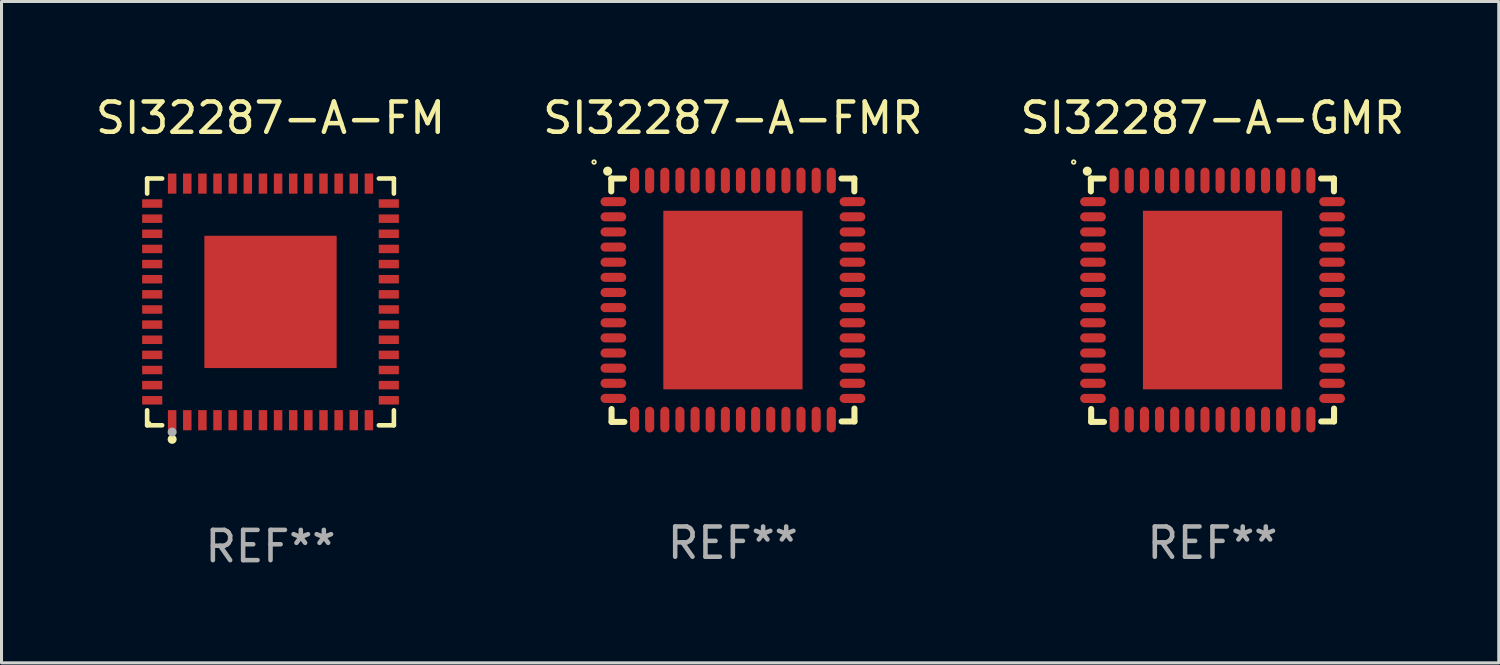
<source format=kicad_pcb>
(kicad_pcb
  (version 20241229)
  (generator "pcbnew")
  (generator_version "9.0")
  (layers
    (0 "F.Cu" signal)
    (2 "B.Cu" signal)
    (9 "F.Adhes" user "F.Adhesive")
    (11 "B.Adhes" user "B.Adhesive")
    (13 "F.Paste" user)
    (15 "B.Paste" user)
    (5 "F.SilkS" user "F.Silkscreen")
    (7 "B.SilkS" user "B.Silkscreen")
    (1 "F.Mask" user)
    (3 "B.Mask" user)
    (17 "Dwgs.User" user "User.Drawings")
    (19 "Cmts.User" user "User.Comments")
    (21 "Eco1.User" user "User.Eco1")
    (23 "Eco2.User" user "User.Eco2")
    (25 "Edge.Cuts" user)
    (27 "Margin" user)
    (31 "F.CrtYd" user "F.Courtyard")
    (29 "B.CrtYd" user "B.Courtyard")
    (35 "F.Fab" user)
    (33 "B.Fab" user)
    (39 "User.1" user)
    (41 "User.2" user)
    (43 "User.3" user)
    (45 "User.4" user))
  (footprint "SI32287-A-FMR"
    (layer "F.Cu")
    (at 21.161 6.868)
    (property "Reference" "SI32287-A-FMR" (at 0 -6.02 0) (layer "F.SilkS") (effects (font (size 1 1) (thickness 0.15))))
    (attr through_hole)
    (fp_line (start -4.017 -4.02) (end -3.593 -4.02) (stroke (width 0.2) (type solid)) (layer "F.SilkS"))
    (fp_line (start -4.017 -3.595) (end -4.017 -4.02) (stroke (width 0.2) (type solid)) (layer "F.SilkS"))
    (fp_line (start -4.007 3.595) (end -4.007 4.02) (stroke (width 0.2) (type solid)) (layer "F.SilkS"))
    (fp_line (start -4.007 4.02) (end -3.583 4.02) (stroke (width 0.2) (type solid)) (layer "F.SilkS"))
    (fp_line (start 3.593 4.005) (end 4.017 4.005) (stroke (width 0.2) (type solid)) (layer "F.SilkS"))
    (fp_line (start 4.013 -4.02) (end 3.588 -4.02) (stroke (width 0.2) (type solid)) (layer "F.SilkS"))
    (fp_line (start 4.013 -3.595) (end 4.013 -4.02) (stroke (width 0.2) (type solid)) (layer "F.SilkS"))
    (fp_line (start 4.017 4.005) (end 4.017 3.58) (stroke (width 0.2) (type solid)) (layer "F.SilkS"))
    (fp_arc (start -4.135484 -4.262433) (mid -4.135489 -4.263703) (end -4.135484 -4.264973) (stroke (width 0.3) (type solid)) (layer "F.SilkS"))
    (fp_circle (center -4.585 -4.564) (end -4.556 -4.564) (stroke (width 0.06) (type solid)) (fill no) (layer "F.SilkS"))
    (fp_text user "REF**" (at 0 8.02 0) (layer "F.Fab") (effects (font (size 1 1) (thickness 0.15))))
    (pad "1" smd oval (at -3.947 -3.255 90) (size 0.3 0.85) (layers "F.Cu" "F.Mask" "F.Paste"))
    (pad "2" smd oval (at -3.947 -2.755 90) (size 0.3 0.85) (layers "F.Cu" "F.Mask" "F.Paste"))
    (pad "3" smd oval (at -3.947 -2.255 90) (size 0.3 0.85) (layers "F.Cu" "F.Mask" "F.Paste"))
    (pad "4" smd oval (at -3.947 -1.755 90) (size 0.3 0.85) (layers "F.Cu" "F.Mask" "F.Paste"))
    (pad "5" smd oval (at -3.947 -1.255 90) (size 0.3 0.85) (layers "F.Cu" "F.Mask" "F.Paste"))
    (pad "6" smd oval (at -3.947 -0.755 90) (size 0.3 0.85) (layers "F.Cu" "F.Mask" "F.Paste"))
    (pad "7" smd oval (at -3.947 -0.255 90) (size 0.3 0.85) (layers "F.Cu" "F.Mask" "F.Paste"))
    (pad "8" smd oval (at -3.947 0.245 90) (size 0.3 0.85) (layers "F.Cu" "F.Mask" "F.Paste"))
    (pad "9" smd oval (at -3.947 0.745 90) (size 0.3 0.85) (layers "F.Cu" "F.Mask" "F.Paste"))
    (pad "10" smd oval (at -3.947 1.245 90) (size 0.3 0.85) (layers "F.Cu" "F.Mask" "F.Paste"))
    (pad "11" smd oval (at -3.947 1.745 90) (size 0.3 0.85) (layers "F.Cu" "F.Mask" "F.Paste"))
    (pad "12" smd oval (at -3.947 2.245 90) (size 0.3 0.85) (layers "F.Cu" "F.Mask" "F.Paste"))
    (pad "13" smd oval (at -3.947 2.745 90) (size 0.3 0.85) (layers "F.Cu" "F.Mask" "F.Paste"))
    (pad "14" smd oval (at -3.947 3.245 90) (size 0.3 0.85) (layers "F.Cu" "F.Mask" "F.Paste"))
    (pad "15" smd oval (at -3.247 3.945) (size 0.3 0.85) (layers "F.Cu" "F.Mask" "F.Paste"))
    (pad "16" smd oval (at -2.748 3.945) (size 0.3 0.85) (layers "F.Cu" "F.Mask" "F.Paste"))
    (pad "17" smd oval (at -2.247 3.945) (size 0.3 0.85) (layers "F.Cu" "F.Mask" "F.Paste"))
    (pad "18" smd oval (at -1.748 3.945) (size 0.3 0.85) (layers "F.Cu" "F.Mask" "F.Paste"))
    (pad "19" smd oval (at -1.247 3.945) (size 0.3 0.85) (layers "F.Cu" "F.Mask" "F.Paste"))
    (pad "20" smd oval (at -0.748 3.945) (size 0.3 0.85) (layers "F.Cu" "F.Mask" "F.Paste"))
    (pad "21" smd oval (at -0.247 3.945) (size 0.3 0.85) (layers "F.Cu" "F.Mask" "F.Paste"))
    (pad "22" smd oval (at 0.252 3.945) (size 0.3 0.85) (layers "F.Cu" "F.Mask" "F.Paste"))
    (pad "23" smd oval (at 0.753 3.945) (size 0.3 0.85) (layers "F.Cu" "F.Mask" "F.Paste"))
    (pad "24" smd oval (at 1.252 3.945) (size 0.3 0.85) (layers "F.Cu" "F.Mask" "F.Paste"))
    (pad "25" smd oval (at 1.753 3.945) (size 0.3 0.85) (layers "F.Cu" "F.Mask" "F.Paste"))
    (pad "26" smd oval (at 2.252 3.945) (size 0.3 0.85) (layers "F.Cu" "F.Mask" "F.Paste"))
    (pad "27" smd oval (at 2.753 3.945) (size 0.3 0.85) (layers "F.Cu" "F.Mask" "F.Paste"))
    (pad "28" smd oval (at 3.252 3.945) (size 0.3 0.85) (layers "F.Cu" "F.Mask" "F.Paste"))
    (pad "29" smd oval (at 3.952 3.245 90) (size 0.3 0.85) (layers "F.Cu" "F.Mask" "F.Paste"))
    (pad "30" smd oval (at 3.952 2.745 90) (size 0.3 0.85) (layers "F.Cu" "F.Mask" "F.Paste"))
    (pad "31" smd oval (at 3.952 2.245 90) (size 0.3 0.85) (layers "F.Cu" "F.Mask" "F.Paste"))
    (pad "32" smd oval (at 3.952 1.745 90) (size 0.3 0.85) (layers "F.Cu" "F.Mask" "F.Paste"))
    (pad "33" smd oval (at 3.952 1.245 90) (size 0.3 0.85) (layers "F.Cu" "F.Mask" "F.Paste"))
    (pad "34" smd oval (at 3.952 0.745 90) (size 0.3 0.85) (layers "F.Cu" "F.Mask" "F.Paste"))
    (pad "35" smd oval (at 3.952 0.245 90) (size 0.3 0.85) (layers "F.Cu" "F.Mask" "F.Paste"))
    (pad "36" smd oval (at 3.952 -0.255 90) (size 0.3 0.85) (layers "F.Cu" "F.Mask" "F.Paste"))
    (pad "37" smd oval (at 3.952 -0.755 90) (size 0.3 0.85) (layers "F.Cu" "F.Mask" "F.Paste"))
    (pad "38" smd oval (at 3.952 -1.255 90) (size 0.3 0.85) (layers "F.Cu" "F.Mask" "F.Paste"))
    (pad "39" smd oval (at 3.952 -1.755 90) (size 0.3 0.85) (layers "F.Cu" "F.Mask" "F.Paste"))
    (pad "40" smd oval (at 3.952 -2.255 90) (size 0.3 0.85) (layers "F.Cu" "F.Mask" "F.Paste"))
    (pad "41" smd oval (at 3.952 -2.755 90) (size 0.3 0.85) (layers "F.Cu" "F.Mask" "F.Paste"))
    (pad "42" smd oval (at 3.952 -3.255 90) (size 0.3 0.85) (layers "F.Cu" "F.Mask" "F.Paste"))
    (pad "43" smd oval (at 3.252 -3.955) (size 0.3 0.85) (layers "F.Cu" "F.Mask" "F.Paste"))
    (pad "44" smd oval (at 2.753 -3.955) (size 0.3 0.85) (layers "F.Cu" "F.Mask" "F.Paste"))
    (pad "45" smd oval (at 2.252 -3.955) (size 0.3 0.85) (layers "F.Cu" "F.Mask" "F.Paste"))
    (pad "46" smd oval (at 1.753 -3.955) (size 0.3 0.85) (layers "F.Cu" "F.Mask" "F.Paste"))
    (pad "47" smd oval (at 1.252 -3.955) (size 0.3 0.85) (layers "F.Cu" "F.Mask" "F.Paste"))
    (pad "48" smd oval (at 0.753 -3.955) (size 0.3 0.85) (layers "F.Cu" "F.Mask" "F.Paste"))
    (pad "49" smd oval (at 0.252 -3.955) (size 0.3 0.85) (layers "F.Cu" "F.Mask" "F.Paste"))
    (pad "50" smd oval (at -0.247 -3.955) (size 0.3 0.85) (layers "F.Cu" "F.Mask" "F.Paste"))
    (pad "51" smd oval (at -0.748 -3.955) (size 0.3 0.85) (layers "F.Cu" "F.Mask" "F.Paste"))
    (pad "52" smd oval (at -1.247 -3.955) (size 0.3 0.85) (layers "F.Cu" "F.Mask" "F.Paste"))
    (pad "53" smd oval (at -1.748 -3.955) (size 0.3 0.85) (layers "F.Cu" "F.Mask" "F.Paste"))
    (pad "54" smd oval (at -2.247 -3.955) (size 0.3 0.85) (layers "F.Cu" "F.Mask" "F.Paste"))
    (pad "55" smd oval (at -2.748 -3.955) (size 0.3 0.85) (layers "F.Cu" "F.Mask" "F.Paste"))
    (pad "56" smd oval (at -3.247 -3.955) (size 0.3 0.85) (layers "F.Cu" "F.Mask" "F.Paste"))
    (pad "57" smd rect (at 0.003 -0.005) (size 4.6 5.9) (layers "F.Cu" "F.Mask" "F.Paste")))
  (footprint "SI32287-A-GMR"
    (layer "F.Cu")
    (at 37.006 6.868)
    (property "Reference" "SI32287-A-GMR" (at 0 -6.02 0) (layer "F.SilkS") (effects (font (size 1 1) (thickness 0.15))))
    (attr through_hole)
    (fp_line (start -4.017 -4.02) (end -3.593 -4.02) (stroke (width 0.2) (type solid)) (layer "F.SilkS"))
    (fp_line (start -4.017 -3.595) (end -4.017 -4.02) (stroke (width 0.2) (type solid)) (layer "F.SilkS"))
    (fp_line (start -4.007 3.595) (end -4.007 4.02) (stroke (width 0.2) (type solid)) (layer "F.SilkS"))
    (fp_line (start -4.007 4.02) (end -3.583 4.02) (stroke (width 0.2) (type solid)) (layer "F.SilkS"))
    (fp_line (start 3.593 4.005) (end 4.017 4.005) (stroke (width 0.2) (type solid)) (layer "F.SilkS"))
    (fp_line (start 4.013 -4.02) (end 3.588 -4.02) (stroke (width 0.2) (type solid)) (layer "F.SilkS"))
    (fp_line (start 4.013 -3.595) (end 4.013 -4.02) (stroke (width 0.2) (type solid)) (layer "F.SilkS"))
    (fp_line (start 4.017 4.005) (end 4.017 3.58) (stroke (width 0.2) (type solid)) (layer "F.SilkS"))
    (fp_arc (start -4.135484 -4.262433) (mid -4.135489 -4.263703) (end -4.135484 -4.264973) (stroke (width 0.3) (type solid)) (layer "F.SilkS"))
    (fp_circle (center -4.585 -4.564) (end -4.556 -4.564) (stroke (width 0.06) (type solid)) (fill no) (layer "F.SilkS"))
    (fp_text user "REF**" (at 0 8.02 0) (layer "F.Fab") (effects (font (size 1 1) (thickness 0.15))))
    (pad "1" smd oval (at -3.947 -3.255 90) (size 0.3 0.85) (layers "F.Cu" "F.Mask" "F.Paste"))
    (pad "2" smd oval (at -3.947 -2.755 90) (size 0.3 0.85) (layers "F.Cu" "F.Mask" "F.Paste"))
    (pad "3" smd oval (at -3.947 -2.255 90) (size 0.3 0.85) (layers "F.Cu" "F.Mask" "F.Paste"))
    (pad "4" smd oval (at -3.947 -1.755 90) (size 0.3 0.85) (layers "F.Cu" "F.Mask" "F.Paste"))
    (pad "5" smd oval (at -3.947 -1.255 90) (size 0.3 0.85) (layers "F.Cu" "F.Mask" "F.Paste"))
    (pad "6" smd oval (at -3.947 -0.755 90) (size 0.3 0.85) (layers "F.Cu" "F.Mask" "F.Paste"))
    (pad "7" smd oval (at -3.947 -0.255 90) (size 0.3 0.85) (layers "F.Cu" "F.Mask" "F.Paste"))
    (pad "8" smd oval (at -3.947 0.245 90) (size 0.3 0.85) (layers "F.Cu" "F.Mask" "F.Paste"))
    (pad "9" smd oval (at -3.947 0.745 90) (size 0.3 0.85) (layers "F.Cu" "F.Mask" "F.Paste"))
    (pad "10" smd oval (at -3.947 1.245 90) (size 0.3 0.85) (layers "F.Cu" "F.Mask" "F.Paste"))
    (pad "11" smd oval (at -3.947 1.745 90) (size 0.3 0.85) (layers "F.Cu" "F.Mask" "F.Paste"))
    (pad "12" smd oval (at -3.947 2.245 90) (size 0.3 0.85) (layers "F.Cu" "F.Mask" "F.Paste"))
    (pad "13" smd oval (at -3.947 2.745 90) (size 0.3 0.85) (layers "F.Cu" "F.Mask" "F.Paste"))
    (pad "14" smd oval (at -3.947 3.245 90) (size 0.3 0.85) (layers "F.Cu" "F.Mask" "F.Paste"))
    (pad "15" smd oval (at -3.247 3.945) (size 0.3 0.85) (layers "F.Cu" "F.Mask" "F.Paste"))
    (pad "16" smd oval (at -2.748 3.945) (size 0.3 0.85) (layers "F.Cu" "F.Mask" "F.Paste"))
    (pad "17" smd oval (at -2.247 3.945) (size 0.3 0.85) (layers "F.Cu" "F.Mask" "F.Paste"))
    (pad "18" smd oval (at -1.748 3.945) (size 0.3 0.85) (layers "F.Cu" "F.Mask" "F.Paste"))
    (pad "19" smd oval (at -1.247 3.945) (size 0.3 0.85) (layers "F.Cu" "F.Mask" "F.Paste"))
    (pad "20" smd oval (at -0.748 3.945) (size 0.3 0.85) (layers "F.Cu" "F.Mask" "F.Paste"))
    (pad "21" smd oval (at -0.247 3.945) (size 0.3 0.85) (layers "F.Cu" "F.Mask" "F.Paste"))
    (pad "22" smd oval (at 0.252 3.945) (size 0.3 0.85) (layers "F.Cu" "F.Mask" "F.Paste"))
    (pad "23" smd oval (at 0.753 3.945) (size 0.3 0.85) (layers "F.Cu" "F.Mask" "F.Paste"))
    (pad "24" smd oval (at 1.252 3.945) (size 0.3 0.85) (layers "F.Cu" "F.Mask" "F.Paste"))
    (pad "25" smd oval (at 1.753 3.945) (size 0.3 0.85) (layers "F.Cu" "F.Mask" "F.Paste"))
    (pad "26" smd oval (at 2.252 3.945) (size 0.3 0.85) (layers "F.Cu" "F.Mask" "F.Paste"))
    (pad "27" smd oval (at 2.753 3.945) (size 0.3 0.85) (layers "F.Cu" "F.Mask" "F.Paste"))
    (pad "28" smd oval (at 3.252 3.945) (size 0.3 0.85) (layers "F.Cu" "F.Mask" "F.Paste"))
    (pad "29" smd oval (at 3.952 3.245 90) (size 0.3 0.85) (layers "F.Cu" "F.Mask" "F.Paste"))
    (pad "30" smd oval (at 3.952 2.745 90) (size 0.3 0.85) (layers "F.Cu" "F.Mask" "F.Paste"))
    (pad "31" smd oval (at 3.952 2.245 90) (size 0.3 0.85) (layers "F.Cu" "F.Mask" "F.Paste"))
    (pad "32" smd oval (at 3.952 1.745 90) (size 0.3 0.85) (layers "F.Cu" "F.Mask" "F.Paste"))
    (pad "33" smd oval (at 3.952 1.245 90) (size 0.3 0.85) (layers "F.Cu" "F.Mask" "F.Paste"))
    (pad "34" smd oval (at 3.952 0.745 90) (size 0.3 0.85) (layers "F.Cu" "F.Mask" "F.Paste"))
    (pad "35" smd oval (at 3.952 0.245 90) (size 0.3 0.85) (layers "F.Cu" "F.Mask" "F.Paste"))
    (pad "36" smd oval (at 3.952 -0.255 90) (size 0.3 0.85) (layers "F.Cu" "F.Mask" "F.Paste"))
    (pad "37" smd oval (at 3.952 -0.755 90) (size 0.3 0.85) (layers "F.Cu" "F.Mask" "F.Paste"))
    (pad "38" smd oval (at 3.952 -1.255 90) (size 0.3 0.85) (layers "F.Cu" "F.Mask" "F.Paste"))
    (pad "39" smd oval (at 3.952 -1.755 90) (size 0.3 0.85) (layers "F.Cu" "F.Mask" "F.Paste"))
    (pad "40" smd oval (at 3.952 -2.255 90) (size 0.3 0.85) (layers "F.Cu" "F.Mask" "F.Paste"))
    (pad "41" smd oval (at 3.952 -2.755 90) (size 0.3 0.85) (layers "F.Cu" "F.Mask" "F.Paste"))
    (pad "42" smd oval (at 3.952 -3.255 90) (size 0.3 0.85) (layers "F.Cu" "F.Mask" "F.Paste"))
    (pad "43" smd oval (at 3.252 -3.955) (size 0.3 0.85) (layers "F.Cu" "F.Mask" "F.Paste"))
    (pad "44" smd oval (at 2.753 -3.955) (size 0.3 0.85) (layers "F.Cu" "F.Mask" "F.Paste"))
    (pad "45" smd oval (at 2.252 -3.955) (size 0.3 0.85) (layers "F.Cu" "F.Mask" "F.Paste"))
    (pad "46" smd oval (at 1.753 -3.955) (size 0.3 0.85) (layers "F.Cu" "F.Mask" "F.Paste"))
    (pad "47" smd oval (at 1.252 -3.955) (size 0.3 0.85) (layers "F.Cu" "F.Mask" "F.Paste"))
    (pad "48" smd oval (at 0.753 -3.955) (size 0.3 0.85) (layers "F.Cu" "F.Mask" "F.Paste"))
    (pad "49" smd oval (at 0.252 -3.955) (size 0.3 0.85) (layers "F.Cu" "F.Mask" "F.Paste"))
    (pad "50" smd oval (at -0.247 -3.955) (size 0.3 0.85) (layers "F.Cu" "F.Mask" "F.Paste"))
    (pad "51" smd oval (at -0.748 -3.955) (size 0.3 0.85) (layers "F.Cu" "F.Mask" "F.Paste"))
    (pad "52" smd oval (at -1.247 -3.955) (size 0.3 0.85) (layers "F.Cu" "F.Mask" "F.Paste"))
    (pad "53" smd oval (at -1.748 -3.955) (size 0.3 0.85) (layers "F.Cu" "F.Mask" "F.Paste"))
    (pad "54" smd oval (at -2.247 -3.955) (size 0.3 0.85) (layers "F.Cu" "F.Mask" "F.Paste"))
    (pad "55" smd oval (at -2.748 -3.955) (size 0.3 0.85) (layers "F.Cu" "F.Mask" "F.Paste"))
    (pad "56" smd oval (at -3.247 -3.955) (size 0.3 0.85) (layers "F.Cu" "F.Mask" "F.Paste"))
    (pad "57" smd rect (at 0.003 -0.005) (size 4.6 5.9) (layers "F.Cu" "F.Mask" "F.Paste")))
  (footprint "SI32287-A-FM"
    (layer "F.Cu")
    (at 5.887 6.924)
    (property "Reference" "SI32287-A-FM" (at 0 -6.076 0) (layer "F.SilkS") (effects (font (size 1 1) (thickness 0.15))))
    (attr through_hole)
    (fp_line (start -4.076 -4.076) (end -3.58 -4.076) (stroke (width 0.152) (type solid)) (layer "F.SilkS"))
    (fp_line (start -4.076 -3.58) (end -4.076 -4.076) (stroke (width 0.152) (type solid)) (layer "F.SilkS"))
    (fp_line (start -4.076 3.581) (end -4.076 4.076) (stroke (width 0.152) (type solid)) (layer "F.SilkS"))
    (fp_line (start -4.076 4.076) (end -3.58 4.076) (stroke (width 0.152) (type solid)) (layer "F.SilkS"))
    (fp_line (start 4.076 -4.076) (end 3.58 -4.076) (stroke (width 0.152) (type solid)) (layer "F.SilkS"))
    (fp_line (start 4.076 -3.58) (end 4.076 -4.076) (stroke (width 0.152) (type solid)) (layer "F.SilkS"))
    (fp_line (start 4.076 3.581) (end 4.076 4.076) (stroke (width 0.152) (type solid)) (layer "F.SilkS"))
    (fp_line (start 4.076 4.076) (end 3.58 4.076) (stroke (width 0.152) (type solid)) (layer "F.SilkS"))
    (fp_circle (center -4 4) (end -3.97 4) (stroke (width 0.06) (type solid)) (fill no) (layer "F.SilkS"))
    (fp_circle (center -3.25 4.54) (end -3.175 4.54) (stroke (width 0.15) (type solid)) (fill no) (layer "F.SilkS"))
    (fp_circle (center -3.25 4.3) (end -3.175 4.3) (stroke (width 0.15) (type solid)) (fill no) (layer "F.Fab"))
    (fp_text user "REF**" (at 0 8.076 0) (layer "F.Fab") (effects (font (size 1 1) (thickness 0.15))))
    (pad "1" smd rect (at -3.25 3.908) (size 0.28 0.665) (layers "F.Cu" "F.Mask" "F.Paste"))
    (pad "2" smd rect (at -2.75 3.908) (size 0.28 0.665) (layers "F.Cu" "F.Mask" "F.Paste"))
    (pad "3" smd rect (at -2.25 3.908) (size 0.28 0.665) (layers "F.Cu" "F.Mask" "F.Paste"))
    (pad "4" smd rect (at -1.75 3.908) (size 0.28 0.665) (layers "F.Cu" "F.Mask" "F.Paste"))
    (pad "5" smd rect (at -1.25 3.908) (size 0.28 0.665) (layers "F.Cu" "F.Mask" "F.Paste"))
    (pad "6" smd rect (at -0.75 3.908) (size 0.28 0.665) (layers "F.Cu" "F.Mask" "F.Paste"))
    (pad "7" smd rect (at -0.25 3.908) (size 0.28 0.665) (layers "F.Cu" "F.Mask" "F.Paste"))
    (pad "8" smd rect (at 0.25 3.908) (size 0.28 0.665) (layers "F.Cu" "F.Mask" "F.Paste"))
    (pad "9" smd rect (at 0.75 3.908) (size 0.28 0.665) (layers "F.Cu" "F.Mask" "F.Paste"))
    (pad "10" smd rect (at 1.25 3.908) (size 0.28 0.665) (layers "F.Cu" "F.Mask" "F.Paste"))
    (pad "11" smd rect (at 1.75 3.908) (size 0.28 0.665) (layers "F.Cu" "F.Mask" "F.Paste"))
    (pad "12" smd rect (at 2.25 3.908) (size 0.28 0.665) (layers "F.Cu" "F.Mask" "F.Paste"))
    (pad "13" smd rect (at 2.75 3.908) (size 0.28 0.665) (layers "F.Cu" "F.Mask" "F.Paste"))
    (pad "14" smd rect (at 3.25 3.908) (size 0.28 0.665) (layers "F.Cu" "F.Mask" "F.Paste"))
    (pad "15" smd rect (at 3.908 3.25) (size 0.665 0.28) (layers "F.Cu" "F.Mask" "F.Paste"))
    (pad "16" smd rect (at 3.908 2.75) (size 0.665 0.28) (layers "F.Cu" "F.Mask" "F.Paste"))
    (pad "17" smd rect (at 3.908 2.25) (size 0.665 0.28) (layers "F.Cu" "F.Mask" "F.Paste"))
    (pad "18" smd rect (at 3.908 1.75) (size 0.665 0.28) (layers "F.Cu" "F.Mask" "F.Paste"))
    (pad "19" smd rect (at 3.908 1.25) (size 0.665 0.28) (layers "F.Cu" "F.Mask" "F.Paste"))
    (pad "20" smd rect (at 3.908 0.75) (size 0.665 0.28) (layers "F.Cu" "F.Mask" "F.Paste"))
    (pad "21" smd rect (at 3.908 0.25) (size 0.665 0.28) (layers "F.Cu" "F.Mask" "F.Paste"))
    (pad "22" smd rect (at 3.908 -0.25) (size 0.665 0.28) (layers "F.Cu" "F.Mask" "F.Paste"))
    (pad "23" smd rect (at 3.908 -0.75) (size 0.665 0.28) (layers "F.Cu" "F.Mask" "F.Paste"))
    (pad "24" smd rect (at 3.908 -1.25) (size 0.665 0.28) (layers "F.Cu" "F.Mask" "F.Paste"))
    (pad "25" smd rect (at 3.908 -1.75) (size 0.665 0.28) (layers "F.Cu" "F.Mask" "F.Paste"))
    (pad "26" smd rect (at 3.908 -2.25) (size 0.665 0.28) (layers "F.Cu" "F.Mask" "F.Paste"))
    (pad "27" smd rect (at 3.908 -2.75) (size 0.665 0.28) (layers "F.Cu" "F.Mask" "F.Paste"))
    (pad "28" smd rect (at 3.908 -3.25) (size 0.665 0.28) (layers "F.Cu" "F.Mask" "F.Paste"))
    (pad "29" smd rect (at 3.25 -3.908) (size 0.28 0.665) (layers "F.Cu" "F.Mask" "F.Paste"))
    (pad "30" smd rect (at 2.75 -3.908) (size 0.28 0.665) (layers "F.Cu" "F.Mask" "F.Paste"))
    (pad "31" smd rect (at 2.25 -3.908) (size 0.28 0.665) (layers "F.Cu" "F.Mask" "F.Paste"))
    (pad "32" smd rect (at 1.75 -3.908) (size 0.28 0.665) (layers "F.Cu" "F.Mask" "F.Paste"))
    (pad "33" smd rect (at 1.25 -3.908) (size 0.28 0.665) (layers "F.Cu" "F.Mask" "F.Paste"))
    (pad "34" smd rect (at 0.75 -3.908) (size 0.28 0.665) (layers "F.Cu" "F.Mask" "F.Paste"))
    (pad "35" smd rect (at 0.25 -3.908) (size 0.28 0.665) (layers "F.Cu" "F.Mask" "F.Paste"))
    (pad "36" smd rect (at -0.25 -3.908) (size 0.28 0.665) (layers "F.Cu" "F.Mask" "F.Paste"))
    (pad "37" smd rect (at -0.75 -3.908) (size 0.28 0.665) (layers "F.Cu" "F.Mask" "F.Paste"))
    (pad "38" smd rect (at -1.25 -3.908) (size 0.28 0.665) (layers "F.Cu" "F.Mask" "F.Paste"))
    (pad "39" smd rect (at -1.75 -3.908) (size 0.28 0.665) (layers "F.Cu" "F.Mask" "F.Paste"))
    (pad "40" smd rect (at -2.25 -3.908) (size 0.28 0.665) (layers "F.Cu" "F.Mask" "F.Paste"))
    (pad "41" smd rect (at -2.75 -3.908) (size 0.28 0.665) (layers "F.Cu" "F.Mask" "F.Paste"))
    (pad "42" smd rect (at -3.25 -3.908) (size 0.28 0.665) (layers "F.Cu" "F.Mask" "F.Paste"))
    (pad "43" smd rect (at -3.908 -3.25) (size 0.665 0.28) (layers "F.Cu" "F.Mask" "F.Paste"))
    (pad "44" smd rect (at -3.908 -2.75) (size 0.665 0.28) (layers "F.Cu" "F.Mask" "F.Paste"))
    (pad "45" smd rect (at -3.908 -2.25) (size 0.665 0.28) (layers "F.Cu" "F.Mask" "F.Paste"))
    (pad "46" smd rect (at -3.908 -1.75) (size 0.665 0.28) (layers "F.Cu" "F.Mask" "F.Paste"))
    (pad "47" smd rect (at -3.908 -1.25) (size 0.665 0.28) (layers "F.Cu" "F.Mask" "F.Paste"))
    (pad "48" smd rect (at -3.908 -0.75) (size 0.665 0.28) (layers "F.Cu" "F.Mask" "F.Paste"))
    (pad "49" smd rect (at -3.908 -0.25) (size 0.665 0.28) (layers "F.Cu" "F.Mask" "F.Paste"))
    (pad "50" smd rect (at -3.908 0.25) (size 0.665 0.28) (layers "F.Cu" "F.Mask" "F.Paste"))
    (pad "51" smd rect (at -3.908 0.75) (size 0.665 0.28) (layers "F.Cu" "F.Mask" "F.Paste"))
    (pad "52" smd rect (at -3.908 1.25) (size 0.665 0.28) (layers "F.Cu" "F.Mask" "F.Paste"))
    (pad "53" smd rect (at -3.908 1.75) (size 0.665 0.28) (layers "F.Cu" "F.Mask" "F.Paste"))
    (pad "54" smd rect (at -3.908 2.25) (size 0.665 0.28) (layers "F.Cu" "F.Mask" "F.Paste"))
    (pad "55" smd rect (at -3.908 2.75) (size 0.665 0.28) (layers "F.Cu" "F.Mask" "F.Paste"))
    (pad "56" smd rect (at -3.908 3.25) (size 0.665 0.28) (layers "F.Cu" "F.Mask" "F.Paste"))
    (pad "57" smd rect (at 0 0.000025) (size 4.37 4.37) (layers "F.Cu" "F.Mask" "F.Paste")))
  (gr_rect
    (start -3 -3)
    (end 46.464 18.849)
    (stroke (width 0.1) (type default))
    (fill no)
    (layer "Edge.Cuts")))
</source>
